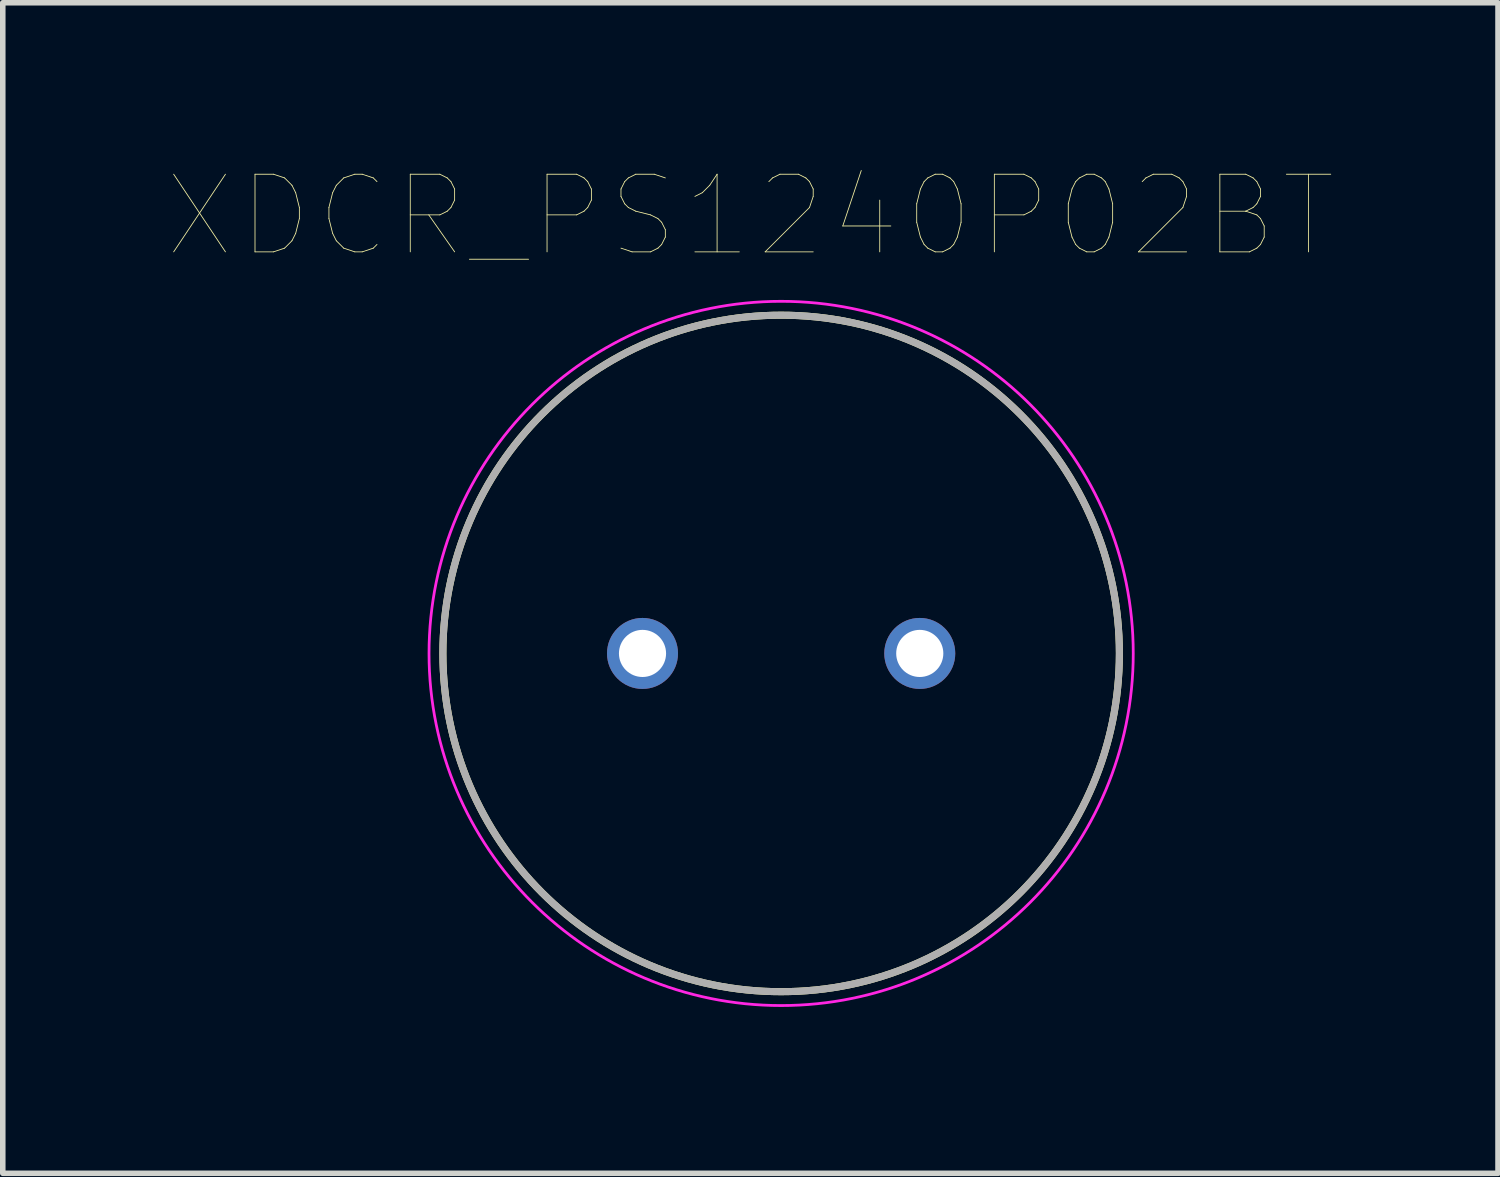
<source format=kicad_pcb>
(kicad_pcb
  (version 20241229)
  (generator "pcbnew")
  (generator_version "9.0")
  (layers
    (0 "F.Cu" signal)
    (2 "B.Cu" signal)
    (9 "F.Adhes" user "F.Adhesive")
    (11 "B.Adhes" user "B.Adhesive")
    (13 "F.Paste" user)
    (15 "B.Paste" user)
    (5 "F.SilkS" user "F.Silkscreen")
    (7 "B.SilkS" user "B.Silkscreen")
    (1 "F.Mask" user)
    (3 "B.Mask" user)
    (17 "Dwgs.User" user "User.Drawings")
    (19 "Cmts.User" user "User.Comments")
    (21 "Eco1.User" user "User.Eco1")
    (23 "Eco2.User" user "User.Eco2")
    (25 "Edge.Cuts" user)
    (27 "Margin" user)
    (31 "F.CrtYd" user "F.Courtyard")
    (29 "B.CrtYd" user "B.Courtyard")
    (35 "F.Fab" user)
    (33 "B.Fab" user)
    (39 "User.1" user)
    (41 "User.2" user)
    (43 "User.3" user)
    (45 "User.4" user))
  (footprint "XDCR_PS1240P02BT"
    (layer "F.Cu")
    (at 11.037 8.734)
    (property "Reference" "XDCR_PS1240P02BT" (at -0.555 -7.889 0) (layer "F.SilkS") (effects (font (size 1.4 1.4) (thickness 0.015))))
    (attr through_hole)
    (fp_circle (center 0 0) (end 6.1 0) (stroke (width 0.127) (type solid)) (fill no) (layer "F.SilkS"))
    (fp_circle (center 0 0) (end 6.35 0) (stroke (width 0.05) (type solid)) (fill no) (layer "F.CrtYd"))
    (fp_circle (center 0 0) (end 6.1 0) (stroke (width 0.127) (type solid)) (fill no) (layer "F.Fab"))
    (pad "1" thru_hole circle (at -2.5 0) (size 1.28 1.28) (drill 0.85) (layers "*.Cu" "*.Mask"))
    (pad "2" thru_hole circle (at 2.5 0) (size 1.28 1.28) (drill 0.85) (layers "*.Cu" "*.Mask")))
  (gr_rect
    (start -3 -3)
    (end 23.965 18.109)
    (stroke (width 0.1) (type default))
    (fill no)
    (layer "Edge.Cuts")))
</source>
